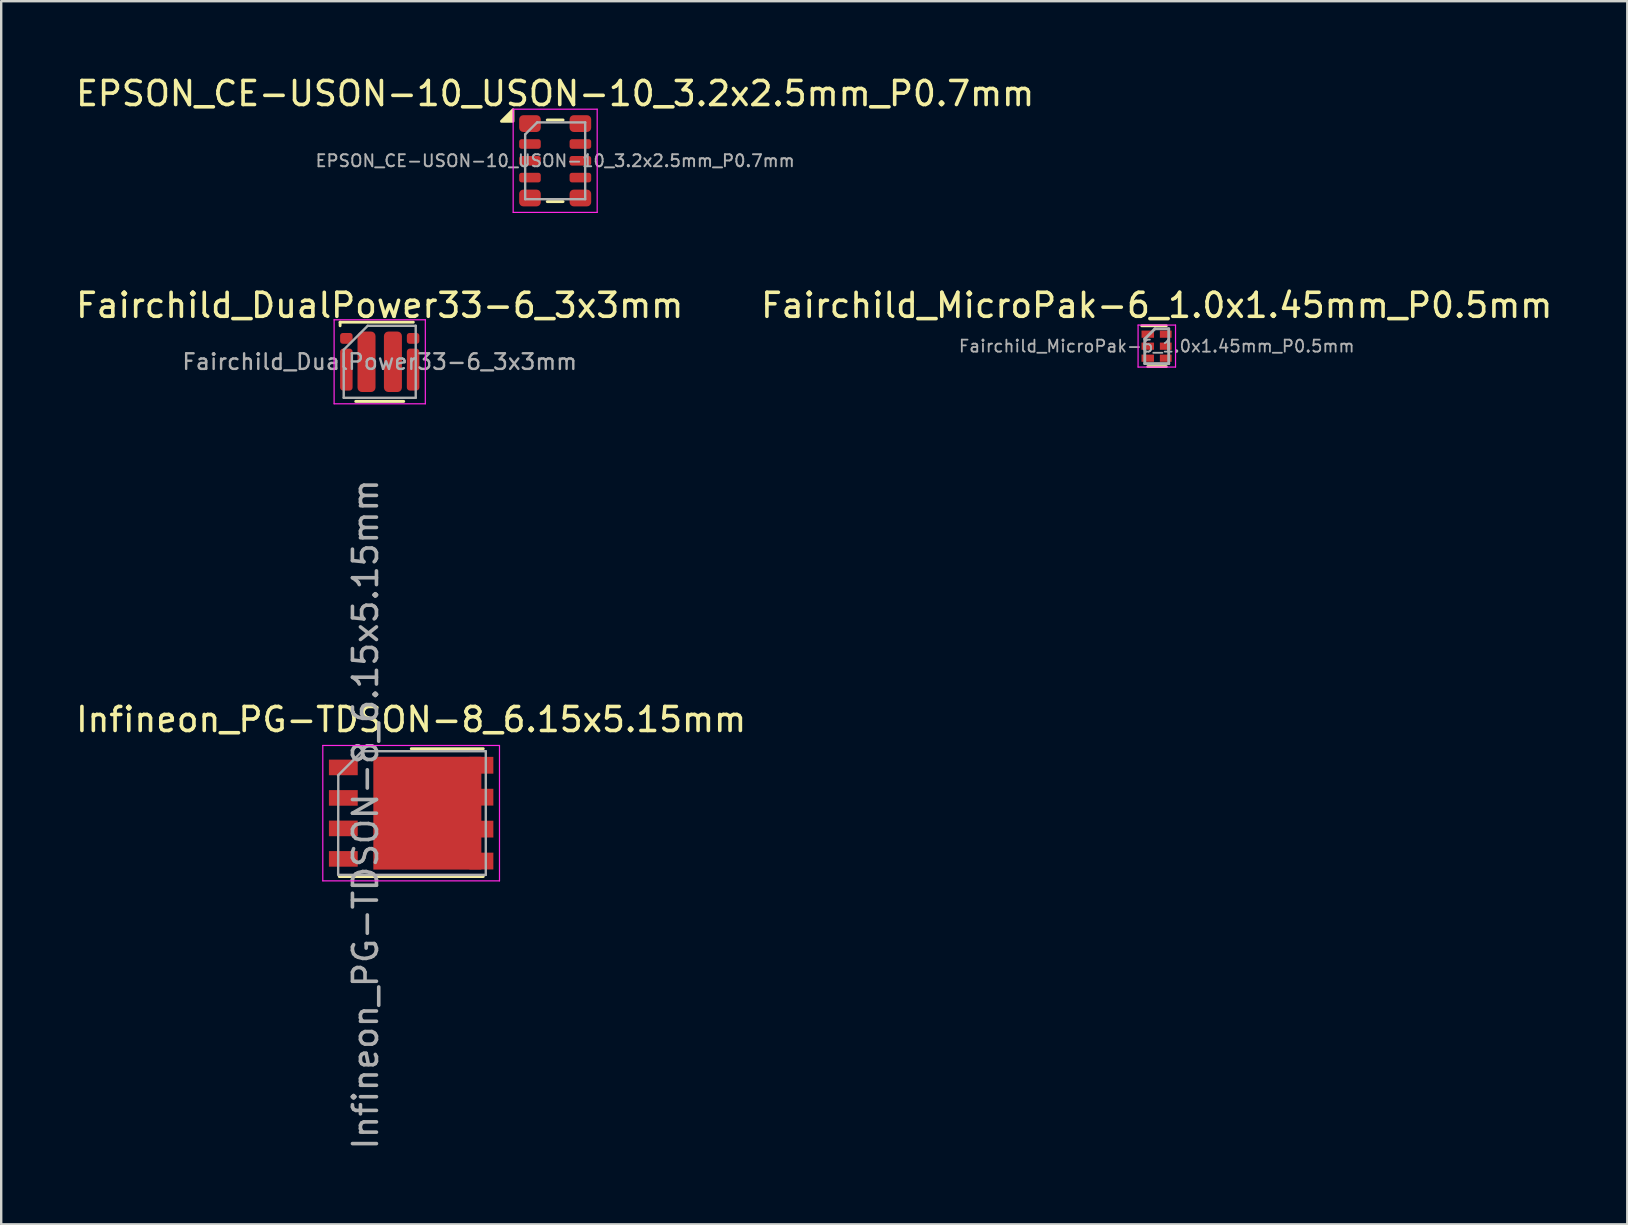
<source format=kicad_pcb>
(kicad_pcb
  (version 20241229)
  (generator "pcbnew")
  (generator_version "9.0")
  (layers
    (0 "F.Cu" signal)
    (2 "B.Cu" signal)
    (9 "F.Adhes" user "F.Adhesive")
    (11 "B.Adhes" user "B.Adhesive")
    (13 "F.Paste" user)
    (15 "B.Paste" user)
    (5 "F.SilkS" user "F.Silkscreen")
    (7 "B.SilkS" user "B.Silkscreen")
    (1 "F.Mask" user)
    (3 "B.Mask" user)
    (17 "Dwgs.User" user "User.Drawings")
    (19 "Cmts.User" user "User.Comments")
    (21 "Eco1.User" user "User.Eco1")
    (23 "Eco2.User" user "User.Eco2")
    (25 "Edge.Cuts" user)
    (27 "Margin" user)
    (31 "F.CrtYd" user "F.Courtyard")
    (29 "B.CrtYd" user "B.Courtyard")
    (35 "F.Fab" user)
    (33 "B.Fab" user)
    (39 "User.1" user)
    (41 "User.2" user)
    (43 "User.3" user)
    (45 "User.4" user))
  (footprint "Fairchild_MicroPak-6_1.0x1.45mm_P0.5mm"
    (layer "F.Cu")
    (at 45.129 11.371)
    (property "Reference" "Fairchild_MicroPak-6_1.0x1.45mm_P0.5mm" (at 0.007 -1.7 0) (layer "F.SilkS") (effects (font (size 1 1) (thickness 0.15))))
    (attr smd)
    (fp_line (start -0.618 -0.85) (end 0.407 -0.85) (stroke (width 0.12) (type solid)) (layer "F.SilkS"))
    (fp_line (start 0.407 0.85) (end -0.367 0.85) (stroke (width 0.12) (type solid)) (layer "F.SilkS"))
    (fp_line (start -0.77 -0.88) (end -0.77 0.87) (stroke (width 0.05) (type solid)) (layer "F.CrtYd"))
    (fp_line (start -0.77 -0.88) (end 0.79 -0.88) (stroke (width 0.05) (type solid)) (layer "F.CrtYd"))
    (fp_line (start 0.79 0.87) (end -0.77 0.87) (stroke (width 0.05) (type solid)) (layer "F.CrtYd"))
    (fp_line (start 0.79 0.87) (end 0.79 -0.88) (stroke (width 0.05) (type solid)) (layer "F.CrtYd"))
    (fp_line (start -0.492 -0.3) (end -0.068 -0.725) (stroke (width 0.12) (type solid)) (layer "F.Fab"))
    (fp_line (start -0.492 0.725) (end -0.492 -0.3) (stroke (width 0.12) (type solid)) (layer "F.Fab"))
    (fp_line (start -0.068 -0.725) (end 0.507 -0.725) (stroke (width 0.12) (type solid)) (layer "F.Fab"))
    (fp_line (start 0.507 -0.725) (end 0.507 0.725) (stroke (width 0.12) (type solid)) (layer "F.Fab"))
    (fp_line (start 0.507 0.725) (end -0.492 0.725) (stroke (width 0.12) (type solid)) (layer "F.Fab"))
    (fp_text user "${REFERENCE}" (at 0.007 0 0) (layer "F.Fab") (effects (font (size 0.5 0.5) (thickness 0.075))))
    (pad "1" smd rect (at -0.367 -0.5) (size 0.52 0.3) (layers "F.Cu" "F.Mask" "F.Paste"))
    (pad "2" smd rect (at -0.367 0) (size 0.52 0.3) (layers "F.Cu" "F.Mask" "F.Paste"))
    (pad "3" smd rect (at -0.367 0.5) (size 0.52 0.3) (layers "F.Cu" "F.Mask" "F.Paste"))
    (pad "4" smd rect (at 0.383 0.5) (size 0.49 0.3) (layers "F.Cu" "F.Mask" "F.Paste"))
    (pad "5" smd rect (at 0.383 0) (size 0.49 0.3) (layers "F.Cu" "F.Mask" "F.Paste"))
    (pad "6" smd rect (at 0.383 -0.5) (size 0.49 0.3) (layers "F.Cu" "F.Mask" "F.Paste")))
  (footprint "Infineon_PG-TDSON-8_6.15x5.15mm"
    (layer "F.Cu")
    (at 14.077 30.824)
    (property "Reference" "Infineon_PG-TDSON-8_6.15x5.15mm" (at 0 -3.9 0) (layer "F.SilkS") (effects (font (size 1 1) (thickness 0.15))))
    (attr smd)
    (fp_line (start 3.005 -2.685) (end 0.005 -2.685) (stroke (width 0.12) (type solid)) (layer "F.SilkS"))
    (fp_line (start 3.005 2.64) (end -2.995 2.64) (stroke (width 0.12) (type solid)) (layer "F.SilkS"))
    (fp_line (start -3.68 -2.82) (end 3.68 -2.82) (stroke (width 0.05) (type solid)) (layer "F.CrtYd"))
    (fp_line (start -3.68 2.82) (end -3.68 -2.82) (stroke (width 0.05) (type solid)) (layer "F.CrtYd"))
    (fp_line (start 3.68 -2.82) (end 3.68 2.82) (stroke (width 0.05) (type solid)) (layer "F.CrtYd"))
    (fp_line (start 3.68 2.82) (end -3.68 2.82) (stroke (width 0.05) (type solid)) (layer "F.CrtYd"))
    (fp_line (start -3.035 -1.57) (end -3.04 2.56) (stroke (width 0.1) (type solid)) (layer "F.Fab"))
    (fp_line (start -2.045 -2.575) (end -3.045 -1.575) (stroke (width 0.1) (type solid)) (layer "F.Fab"))
    (fp_line (start -2.04 -2.58) (end 3.11 -2.58) (stroke (width 0.1) (type solid)) (layer "F.Fab"))
    (fp_line (start 3.11 -2.58) (end 3.11 2.57) (stroke (width 0.1) (type solid)) (layer "F.Fab"))
    (fp_line (start 3.11 2.57) (end -3.04 2.57) (stroke (width 0.1) (type solid)) (layer "F.Fab"))
    (fp_text user "${REFERENCE}" (at -1.9 0.05 90) (layer "F.Fab") (effects (font (size 1 1) (thickness 0.15))))
    (pad "" smd rect (at -0.8 -1.725) (size 0.9 0.9) (layers "F.Paste"))
    (pad "" smd rect (at -0.8 -0.575) (size 0.9 0.9) (layers "F.Paste"))
    (pad "" smd rect (at -0.8 0.575) (size 0.9 0.9) (layers "F.Paste"))
    (pad "" smd rect (at -0.8 1.725) (size 0.9 0.9) (layers "F.Paste"))
    (pad "" smd rect (at 0.425 -1.725) (size 0.9 0.9) (layers "F.Paste"))
    (pad "" smd rect (at 0.425 -0.575) (size 0.9 0.9) (layers "F.Paste"))
    (pad "" smd rect (at 0.425 0.575) (size 0.9 0.9) (layers "F.Paste"))
    (pad "" smd rect (at 0.425 1.725) (size 0.9 0.9) (layers "F.Paste"))
    (pad "" smd rect (at 1.625 -1.725) (size 0.9 0.9) (layers "F.Paste"))
    (pad "" smd rect (at 1.625 -0.575) (size 0.9 0.9) (layers "F.Paste"))
    (pad "" smd rect (at 1.625 0.575) (size 0.9 0.9) (layers "F.Paste"))
    (pad "" smd rect (at 1.625 1.725) (size 0.9 0.9) (layers "F.Paste"))
    (pad "1" smd rect (at -2.825 -1.905) (size 1.2 0.65) (layers "F.Cu" "F.Mask" "F.Paste"))
    (pad "2" smd rect (at -2.825 -0.635) (size 1.2 0.65) (layers "F.Cu" "F.Mask" "F.Paste"))
    (pad "3" smd rect (at -2.825 0.635) (size 1.2 0.65) (layers "F.Cu" "F.Mask" "F.Paste"))
    (pad "4" smd rect (at -2.825 1.905) (size 1.2 0.65) (layers "F.Cu" "F.Mask" "F.Paste"))
    (pad "5" smd rect (at 0.675 0) (size 4.5 4.7) (layers "F.Cu" "F.Mask"))
    (pad "5" smd rect (at 2.925 -1.995) (size 1 0.7) (layers "F.Cu" "F.Mask" "F.Paste"))
    (pad "5" smd rect (at 2.925 -0.665) (size 1 0.7) (layers "F.Cu" "F.Mask" "F.Paste"))
    (pad "5" smd rect (at 2.925 0.665) (size 1 0.7) (layers "F.Cu" "F.Mask" "F.Paste"))
    (pad "5" smd rect (at 2.925 1.995) (size 1 0.7) (layers "F.Cu" "F.Mask" "F.Paste")))
  (footprint "Fairchild_DualPower33-6_3x3mm"
    (layer "F.Cu")
    (at 12.768 12.021)
    (property "Reference" "Fairchild_DualPower33-6_3x3mm" (at 0 -2.35 0) (layer "F.SilkS") (effects (font (size 1 1) (thickness 0.15))))
    (attr smd)
    (fp_line (start -1.65 -1.65) (end -1.65 -1.5) (stroke (width 0.12) (type solid)) (layer "F.SilkS"))
    (fp_line (start -1 1.65) (end 1 1.65) (stroke (width 0.12) (type solid)) (layer "F.SilkS"))
    (fp_line (start 1.4 -1.65) (end -1.65 -1.65) (stroke (width 0.12) (type solid)) (layer "F.SilkS"))
    (fp_line (start -1.9 -1.75) (end 1.9 -1.75) (stroke (width 0.05) (type solid)) (layer "F.CrtYd"))
    (fp_line (start -1.9 1.75) (end -1.9 -1.75) (stroke (width 0.05) (type solid)) (layer "F.CrtYd"))
    (fp_line (start 1.9 -1.75) (end 1.9 1.75) (stroke (width 0.05) (type solid)) (layer "F.CrtYd"))
    (fp_line (start 1.9 1.75) (end -1.9 1.75) (stroke (width 0.05) (type solid)) (layer "F.CrtYd"))
    (fp_line (start -1.5 -0.5) (end -0.5 -1.5) (stroke (width 0.1) (type solid)) (layer "F.Fab"))
    (fp_line (start -1.5 1.5) (end -1.5 -0.5) (stroke (width 0.1) (type solid)) (layer "F.Fab"))
    (fp_line (start -0.5 -1.5) (end 1.5 -1.5) (stroke (width 0.1) (type solid)) (layer "F.Fab"))
    (fp_line (start 1.5 -1.5) (end 1.5 1.5) (stroke (width 0.1) (type solid)) (layer "F.Fab"))
    (fp_line (start 1.5 1.5) (end -1.5 1.5) (stroke (width 0.1) (type solid)) (layer "F.Fab"))
    (fp_text user "${REFERENCE}" (at 0 0 0) (layer "F.Fab") (effects (font (size 0.65 0.65) (thickness 0.1))))
    (pad "" smd roundrect (at -1.39 -0.975) (size 0.35 0.35) (layers "F.Mask" "F.Paste") (roundrect_rratio 0.25))
    (pad "" smd roundrect (at -1.39 -0.325) (size 0.35 0.35) (layers "F.Mask" "F.Paste") (roundrect_rratio 0.25))
    (pad "" smd roundrect (at -1.39 0.325) (size 0.35 0.35) (layers "F.Mask" "F.Paste") (roundrect_rratio 0.25))
    (pad "" smd roundrect (at -1.39 0.975) (size 0.35 0.35) (layers "F.Mask" "F.Paste") (roundrect_rratio 0.25))
    (pad "" smd roundrect (at -0.55 -0.5) (size 0.65 0.8) (layers "F.Mask" "F.Paste") (roundrect_rratio 0.25))
    (pad "" smd roundrect (at -0.55 0.5) (size 0.65 0.8) (layers "F.Mask" "F.Paste") (roundrect_rratio 0.25))
    (pad "" smd roundrect (at 0.55 -0.5) (size 0.65 0.8) (layers "F.Mask" "F.Paste") (roundrect_rratio 0.25))
    (pad "" smd roundrect (at 0.55 0.5) (size 0.65 0.8) (layers "F.Mask" "F.Paste") (roundrect_rratio 0.25))
    (pad "" smd roundrect (at 1.39 -0.975) (size 0.35 0.35) (layers "F.Mask" "F.Paste") (roundrect_rratio 0.25))
    (pad "" smd roundrect (at 1.39 -0.325) (size 0.35 0.35) (layers "F.Mask" "F.Paste") (roundrect_rratio 0.25))
    (pad "" smd roundrect (at 1.39 0.325) (size 0.35 0.35) (layers "F.Mask" "F.Paste") (roundrect_rratio 0.25))
    (pad "" smd roundrect (at 1.39 0.975) (size 0.35 0.35) (layers "F.Mask" "F.Paste") (roundrect_rratio 0.25))
    (pad "1" smd roundrect (at -1.39 -0.975) (size 0.52 0.45) (layers "F.Cu" "F.Mask") (roundrect_rratio 0.25))
    (pad "2" smd roundrect (at -1.39 0.325) (size 0.52 1.75) (layers "F.Cu" "F.Mask") (roundrect_rratio 0.25))
    (pad "3" smd roundrect (at 1.39 0.325) (size 0.52 1.75) (layers "F.Cu" "F.Mask") (roundrect_rratio 0.25))
    (pad "4" smd roundrect (at 1.39 -0.975) (size 0.52 0.45) (layers "F.Cu" "F.Mask") (roundrect_rratio 0.25))
    (pad "5" smd roundrect (at -0.55 0) (size 0.75 2.52) (layers "F.Cu" "F.Mask") (roundrect_rratio 0.25))
    (pad "6" smd roundrect (at 0.55 0) (size 0.75 2.52) (layers "F.Cu" "F.Mask") (roundrect_rratio 0.25)))
  (footprint "EPSON_CE-USON-10_USON-10_3.2x2.5mm_P0.7mm"
    (layer "F.Cu")
    (at 20.077 3.648)
    (property "Reference" "EPSON_CE-USON-10_USON-10_3.2x2.5mm_P0.7mm" (at 0 -2.8 0) (layer "F.SilkS") (effects (font (size 1 1) (thickness 0.15))))
    (attr smd)
    (fp_line (start -0.33 -1.7) (end 0.33 -1.7) (stroke (width 0.12) (type solid)) (layer "F.SilkS"))
    (fp_line (start -0.33 1.7) (end 0.33 1.7) (stroke (width 0.12) (type solid)) (layer "F.SilkS"))
    (fp_poly (pts (xy -1.758 -1.645) (xy -2.237 -1.645) (xy -1.758 -2.125) (xy -1.758 -1.645)) (stroke (width 0.12) (type solid)) (fill yes) (layer "F.SilkS"))
    (fp_line (start -1.75 -2.15) (end -1.75 2.15) (stroke (width 0.05) (type solid)) (layer "F.CrtYd"))
    (fp_line (start -1.75 -2.15) (end 1.75 -2.15) (stroke (width 0.05) (type solid)) (layer "F.CrtYd"))
    (fp_line (start -1.75 2.15) (end 1.75 2.15) (stroke (width 0.05) (type solid)) (layer "F.CrtYd"))
    (fp_line (start 1.75 -2.15) (end 1.75 2.15) (stroke (width 0.05) (type solid)) (layer "F.CrtYd"))
    (fp_line (start -1.25 -1.1) (end -1.25 1.6) (stroke (width 0.1) (type solid)) (layer "F.Fab"))
    (fp_line (start -1.25 -1.1) (end -0.75 -1.6) (stroke (width 0.1) (type default)) (layer "F.Fab"))
    (fp_line (start -1.25 1.6) (end 1.25 1.6) (stroke (width 0.1) (type solid)) (layer "F.Fab"))
    (fp_line (start -0.75 -1.6) (end 1.25 -1.6) (stroke (width 0.1) (type solid)) (layer "F.Fab"))
    (fp_line (start 1.25 -1.6) (end 1.25 1.6) (stroke (width 0.1) (type solid)) (layer "F.Fab"))
    (fp_text user "${REFERENCE}" (at 0 0 0) (layer "F.Fab") (effects (font (size 0.5 0.5) (thickness 0.08))))
    (pad "1" smd roundrect (at -1.05 -1.55) (size 0.9 0.7) (layers "F.Cu" "F.Mask" "F.Paste") (roundrect_rratio 0.25))
    (pad "2" smd roundrect (at -1.05 -0.7) (size 0.9 0.4) (layers "F.Cu" "F.Mask" "F.Paste") (roundrect_rratio 0.25))
    (pad "3" smd roundrect (at -1.05 0) (size 0.9 0.4) (layers "F.Cu" "F.Mask" "F.Paste") (roundrect_rratio 0.25))
    (pad "4" smd roundrect (at -1.05 0.7) (size 0.9 0.4) (layers "F.Cu" "F.Mask" "F.Paste") (roundrect_rratio 0.25))
    (pad "5" smd roundrect (at -1.05 1.55) (size 0.9 0.7) (layers "F.Cu" "F.Mask" "F.Paste") (roundrect_rratio 0.25))
    (pad "6" smd roundrect (at 1.05 1.55) (size 0.9 0.7) (layers "F.Cu" "F.Mask" "F.Paste") (roundrect_rratio 0.25))
    (pad "7" smd roundrect (at 1.05 0.7) (size 0.9 0.4) (layers "F.Cu" "F.Mask" "F.Paste") (roundrect_rratio 0.25))
    (pad "8" smd roundrect (at 1.05 0) (size 0.9 0.4) (layers "F.Cu" "F.Mask" "F.Paste") (roundrect_rratio 0.25))
    (pad "9" smd roundrect (at 1.05 -0.7) (size 0.9 0.4) (layers "F.Cu" "F.Mask" "F.Paste") (roundrect_rratio 0.25))
    (pad "10" smd roundrect (at 1.05 -1.55) (size 0.9 0.7) (layers "F.Cu" "F.Mask" "F.Paste") (roundrect_rratio 0.25)))
  (gr_rect
    (start -3 -3)
    (end 64.738 47.951)
    (stroke (width 0.1) (type default))
    (fill no)
    (layer "Edge.Cuts")))
</source>
